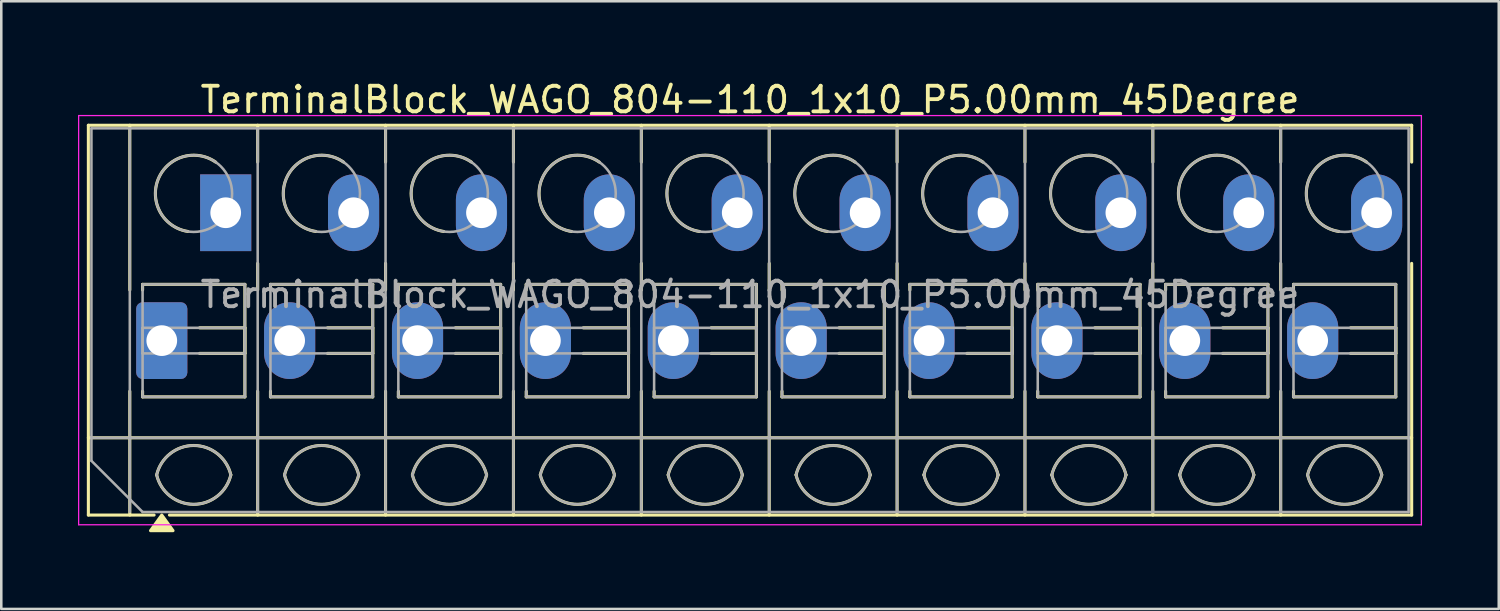
<source format=kicad_pcb>
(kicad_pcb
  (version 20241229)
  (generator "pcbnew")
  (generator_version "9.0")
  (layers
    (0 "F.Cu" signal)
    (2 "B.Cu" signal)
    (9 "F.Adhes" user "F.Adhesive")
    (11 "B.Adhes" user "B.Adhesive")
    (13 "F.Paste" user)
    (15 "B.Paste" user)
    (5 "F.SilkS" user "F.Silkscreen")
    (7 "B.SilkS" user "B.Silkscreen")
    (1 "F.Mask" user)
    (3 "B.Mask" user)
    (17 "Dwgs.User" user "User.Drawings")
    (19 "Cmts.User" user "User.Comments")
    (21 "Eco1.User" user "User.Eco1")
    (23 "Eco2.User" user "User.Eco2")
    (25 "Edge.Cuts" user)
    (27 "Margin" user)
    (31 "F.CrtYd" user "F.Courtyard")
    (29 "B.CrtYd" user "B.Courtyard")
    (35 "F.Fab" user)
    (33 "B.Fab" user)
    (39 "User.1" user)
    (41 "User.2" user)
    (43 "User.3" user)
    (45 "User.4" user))
  (footprint "TerminalBlock_WAGO_804-110_1x10_P5.00mm_45Degree"
    (layer "F.Cu")
    (at 3.275 10.268)
    (property "Reference" "TerminalBlock_WAGO_804-110_1x10_P5.00mm_45Degree" (at 23 -9.42 0) (layer "F.SilkS") (effects (font (size 1 1) (thickness 0.15))))
    (attr through_hole)
    (fp_line (start -2.87 -8.42) (end -2.87 6.82) (stroke (width 0.12) (type solid)) (layer "F.SilkS"))
    (fp_line (start -2.87 -8.42) (end 48.87 -8.42) (stroke (width 0.12) (type solid)) (layer "F.SilkS"))
    (fp_line (start -2.87 3.8) (end 48.87 3.8) (stroke (width 0.12) (type solid)) (layer "F.SilkS"))
    (fp_line (start -2.87 6.82) (end -0.3 6.82) (stroke (width 0.12) (type solid)) (layer "F.SilkS"))
    (fp_line (start -1.25 -8.42) (end -1.25 -1.98) (stroke (width 0.12) (type solid)) (layer "F.SilkS"))
    (fp_line (start -1.25 1.98) (end -1.25 6.82) (stroke (width 0.12) (type solid)) (layer "F.SilkS"))
    (fp_line (start -0.75 -2.2) (end -0.75 -1.98) (stroke (width 0.12) (type solid)) (layer "F.SilkS"))
    (fp_line (start -0.75 -2.2) (end 3.25 -2.2) (stroke (width 0.12) (type solid)) (layer "F.SilkS"))
    (fp_line (start -0.75 1.98) (end -0.75 2.2) (stroke (width 0.12) (type solid)) (layer "F.SilkS"))
    (fp_line (start -0.75 2.2) (end 3.25 2.2) (stroke (width 0.12) (type solid)) (layer "F.SilkS"))
    (fp_line (start 0.3 6.82) (end 48.87 6.82) (stroke (width 0.12) (type solid)) (layer "F.SilkS"))
    (fp_line (start 1.48 -0.5) (end 3.25 -0.5) (stroke (width 0.12) (type solid)) (layer "F.SilkS"))
    (fp_line (start 1.48 0.5) (end 3.25 0.5) (stroke (width 0.12) (type solid)) (layer "F.SilkS"))
    (fp_line (start 3.25 -2.2) (end 3.25 2.2) (stroke (width 0.12) (type solid)) (layer "F.SilkS"))
    (fp_line (start 3.25 -0.5) (end 3.25 0.5) (stroke (width 0.12) (type solid)) (layer "F.SilkS"))
    (fp_line (start 3.75 -8.42) (end 3.75 -6.98) (stroke (width 0.12) (type solid)) (layer "F.SilkS"))
    (fp_line (start 3.75 -3.02) (end 3.75 -1.98) (stroke (width 0.12) (type solid)) (layer "F.SilkS"))
    (fp_line (start 3.75 1.98) (end 3.75 6.82) (stroke (width 0.12) (type solid)) (layer "F.SilkS"))
    (fp_line (start 4.25 -2.2) (end 4.25 -1.98) (stroke (width 0.12) (type solid)) (layer "F.SilkS"))
    (fp_line (start 4.25 -2.2) (end 8.25 -2.2) (stroke (width 0.12) (type solid)) (layer "F.SilkS"))
    (fp_line (start 4.25 1.98) (end 4.25 2.2) (stroke (width 0.12) (type solid)) (layer "F.SilkS"))
    (fp_line (start 4.25 2.2) (end 8.25 2.2) (stroke (width 0.12) (type solid)) (layer "F.SilkS"))
    (fp_line (start 6.48 -0.5) (end 8.25 -0.5) (stroke (width 0.12) (type solid)) (layer "F.SilkS"))
    (fp_line (start 6.48 0.5) (end 8.25 0.5) (stroke (width 0.12) (type solid)) (layer "F.SilkS"))
    (fp_line (start 8.25 -2.2) (end 8.25 2.2) (stroke (width 0.12) (type solid)) (layer "F.SilkS"))
    (fp_line (start 8.25 -0.5) (end 8.25 0.5) (stroke (width 0.12) (type solid)) (layer "F.SilkS"))
    (fp_line (start 8.75 -8.42) (end 8.75 -6.98) (stroke (width 0.12) (type solid)) (layer "F.SilkS"))
    (fp_line (start 8.75 -3.02) (end 8.75 -1.98) (stroke (width 0.12) (type solid)) (layer "F.SilkS"))
    (fp_line (start 8.75 1.98) (end 8.75 6.82) (stroke (width 0.12) (type solid)) (layer "F.SilkS"))
    (fp_line (start 9.25 -2.2) (end 9.25 -1.98) (stroke (width 0.12) (type solid)) (layer "F.SilkS"))
    (fp_line (start 9.25 -2.2) (end 13.25 -2.2) (stroke (width 0.12) (type solid)) (layer "F.SilkS"))
    (fp_line (start 9.25 1.98) (end 9.25 2.2) (stroke (width 0.12) (type solid)) (layer "F.SilkS"))
    (fp_line (start 9.25 2.2) (end 13.25 2.2) (stroke (width 0.12) (type solid)) (layer "F.SilkS"))
    (fp_line (start 11.48 -0.5) (end 13.25 -0.5) (stroke (width 0.12) (type solid)) (layer "F.SilkS"))
    (fp_line (start 11.48 0.5) (end 13.25 0.5) (stroke (width 0.12) (type solid)) (layer "F.SilkS"))
    (fp_line (start 13.25 -2.2) (end 13.25 2.2) (stroke (width 0.12) (type solid)) (layer "F.SilkS"))
    (fp_line (start 13.25 -0.5) (end 13.25 0.5) (stroke (width 0.12) (type solid)) (layer "F.SilkS"))
    (fp_line (start 13.75 -8.42) (end 13.75 -6.98) (stroke (width 0.12) (type solid)) (layer "F.SilkS"))
    (fp_line (start 13.75 -3.02) (end 13.75 -1.98) (stroke (width 0.12) (type solid)) (layer "F.SilkS"))
    (fp_line (start 13.75 1.98) (end 13.75 6.82) (stroke (width 0.12) (type solid)) (layer "F.SilkS"))
    (fp_line (start 14.25 -2.2) (end 14.25 -1.98) (stroke (width 0.12) (type solid)) (layer "F.SilkS"))
    (fp_line (start 14.25 -2.2) (end 18.25 -2.2) (stroke (width 0.12) (type solid)) (layer "F.SilkS"))
    (fp_line (start 14.25 1.98) (end 14.25 2.2) (stroke (width 0.12) (type solid)) (layer "F.SilkS"))
    (fp_line (start 14.25 2.2) (end 18.25 2.2) (stroke (width 0.12) (type solid)) (layer "F.SilkS"))
    (fp_line (start 16.48 -0.5) (end 18.25 -0.5) (stroke (width 0.12) (type solid)) (layer "F.SilkS"))
    (fp_line (start 16.48 0.5) (end 18.25 0.5) (stroke (width 0.12) (type solid)) (layer "F.SilkS"))
    (fp_line (start 18.25 -2.2) (end 18.25 2.2) (stroke (width 0.12) (type solid)) (layer "F.SilkS"))
    (fp_line (start 18.25 -0.5) (end 18.25 0.5) (stroke (width 0.12) (type solid)) (layer "F.SilkS"))
    (fp_line (start 18.75 -8.42) (end 18.75 -6.98) (stroke (width 0.12) (type solid)) (layer "F.SilkS"))
    (fp_line (start 18.75 -3.02) (end 18.75 -1.98) (stroke (width 0.12) (type solid)) (layer "F.SilkS"))
    (fp_line (start 18.75 1.98) (end 18.75 6.82) (stroke (width 0.12) (type solid)) (layer "F.SilkS"))
    (fp_line (start 19.25 -2.2) (end 19.25 -1.98) (stroke (width 0.12) (type solid)) (layer "F.SilkS"))
    (fp_line (start 19.25 -2.2) (end 23.25 -2.2) (stroke (width 0.12) (type solid)) (layer "F.SilkS"))
    (fp_line (start 19.25 1.98) (end 19.25 2.2) (stroke (width 0.12) (type solid)) (layer "F.SilkS"))
    (fp_line (start 19.25 2.2) (end 23.25 2.2) (stroke (width 0.12) (type solid)) (layer "F.SilkS"))
    (fp_line (start 21.48 -0.5) (end 23.25 -0.5) (stroke (width 0.12) (type solid)) (layer "F.SilkS"))
    (fp_line (start 21.48 0.5) (end 23.25 0.5) (stroke (width 0.12) (type solid)) (layer "F.SilkS"))
    (fp_line (start 23.25 -2.2) (end 23.25 2.2) (stroke (width 0.12) (type solid)) (layer "F.SilkS"))
    (fp_line (start 23.25 -0.5) (end 23.25 0.5) (stroke (width 0.12) (type solid)) (layer "F.SilkS"))
    (fp_line (start 23.75 -8.42) (end 23.75 -6.98) (stroke (width 0.12) (type solid)) (layer "F.SilkS"))
    (fp_line (start 23.75 -3.02) (end 23.75 -1.98) (stroke (width 0.12) (type solid)) (layer "F.SilkS"))
    (fp_line (start 23.75 1.98) (end 23.75 6.82) (stroke (width 0.12) (type solid)) (layer "F.SilkS"))
    (fp_line (start 24.25 -2.2) (end 24.25 -1.98) (stroke (width 0.12) (type solid)) (layer "F.SilkS"))
    (fp_line (start 24.25 -2.2) (end 28.25 -2.2) (stroke (width 0.12) (type solid)) (layer "F.SilkS"))
    (fp_line (start 24.25 1.98) (end 24.25 2.2) (stroke (width 0.12) (type solid)) (layer "F.SilkS"))
    (fp_line (start 24.25 2.2) (end 28.25 2.2) (stroke (width 0.12) (type solid)) (layer "F.SilkS"))
    (fp_line (start 26.48 -0.5) (end 28.25 -0.5) (stroke (width 0.12) (type solid)) (layer "F.SilkS"))
    (fp_line (start 26.48 0.5) (end 28.25 0.5) (stroke (width 0.12) (type solid)) (layer "F.SilkS"))
    (fp_line (start 28.25 -2.2) (end 28.25 2.2) (stroke (width 0.12) (type solid)) (layer "F.SilkS"))
    (fp_line (start 28.25 -0.5) (end 28.25 0.5) (stroke (width 0.12) (type solid)) (layer "F.SilkS"))
    (fp_line (start 28.75 -8.42) (end 28.75 -6.98) (stroke (width 0.12) (type solid)) (layer "F.SilkS"))
    (fp_line (start 28.75 -3.02) (end 28.75 -1.98) (stroke (width 0.12) (type solid)) (layer "F.SilkS"))
    (fp_line (start 28.75 1.98) (end 28.75 6.82) (stroke (width 0.12) (type solid)) (layer "F.SilkS"))
    (fp_line (start 29.25 -2.2) (end 29.25 -1.98) (stroke (width 0.12) (type solid)) (layer "F.SilkS"))
    (fp_line (start 29.25 -2.2) (end 33.25 -2.2) (stroke (width 0.12) (type solid)) (layer "F.SilkS"))
    (fp_line (start 29.25 1.98) (end 29.25 2.2) (stroke (width 0.12) (type solid)) (layer "F.SilkS"))
    (fp_line (start 29.25 2.2) (end 33.25 2.2) (stroke (width 0.12) (type solid)) (layer "F.SilkS"))
    (fp_line (start 31.48 -0.5) (end 33.25 -0.5) (stroke (width 0.12) (type solid)) (layer "F.SilkS"))
    (fp_line (start 31.48 0.5) (end 33.25 0.5) (stroke (width 0.12) (type solid)) (layer "F.SilkS"))
    (fp_line (start 33.25 -2.2) (end 33.25 2.2) (stroke (width 0.12) (type solid)) (layer "F.SilkS"))
    (fp_line (start 33.25 -0.5) (end 33.25 0.5) (stroke (width 0.12) (type solid)) (layer "F.SilkS"))
    (fp_line (start 33.75 -8.42) (end 33.75 -6.98) (stroke (width 0.12) (type solid)) (layer "F.SilkS"))
    (fp_line (start 33.75 -3.02) (end 33.75 -1.98) (stroke (width 0.12) (type solid)) (layer "F.SilkS"))
    (fp_line (start 33.75 1.98) (end 33.75 6.82) (stroke (width 0.12) (type solid)) (layer "F.SilkS"))
    (fp_line (start 34.25 -2.2) (end 34.25 -1.98) (stroke (width 0.12) (type solid)) (layer "F.SilkS"))
    (fp_line (start 34.25 -2.2) (end 38.25 -2.2) (stroke (width 0.12) (type solid)) (layer "F.SilkS"))
    (fp_line (start 34.25 1.98) (end 34.25 2.2) (stroke (width 0.12) (type solid)) (layer "F.SilkS"))
    (fp_line (start 34.25 2.2) (end 38.25 2.2) (stroke (width 0.12) (type solid)) (layer "F.SilkS"))
    (fp_line (start 36.48 -0.5) (end 38.25 -0.5) (stroke (width 0.12) (type solid)) (layer "F.SilkS"))
    (fp_line (start 36.48 0.5) (end 38.25 0.5) (stroke (width 0.12) (type solid)) (layer "F.SilkS"))
    (fp_line (start 38.25 -2.2) (end 38.25 2.2) (stroke (width 0.12) (type solid)) (layer "F.SilkS"))
    (fp_line (start 38.25 -0.5) (end 38.25 0.5) (stroke (width 0.12) (type solid)) (layer "F.SilkS"))
    (fp_line (start 38.75 -8.42) (end 38.75 -6.98) (stroke (width 0.12) (type solid)) (layer "F.SilkS"))
    (fp_line (start 38.75 -3.02) (end 38.75 -1.98) (stroke (width 0.12) (type solid)) (layer "F.SilkS"))
    (fp_line (start 38.75 1.98) (end 38.75 6.82) (stroke (width 0.12) (type solid)) (layer "F.SilkS"))
    (fp_line (start 39.25 -2.2) (end 39.25 -1.98) (stroke (width 0.12) (type solid)) (layer "F.SilkS"))
    (fp_line (start 39.25 -2.2) (end 43.25 -2.2) (stroke (width 0.12) (type solid)) (layer "F.SilkS"))
    (fp_line (start 39.25 1.98) (end 39.25 2.2) (stroke (width 0.12) (type solid)) (layer "F.SilkS"))
    (fp_line (start 39.25 2.2) (end 43.25 2.2) (stroke (width 0.12) (type solid)) (layer "F.SilkS"))
    (fp_line (start 41.48 -0.5) (end 43.25 -0.5) (stroke (width 0.12) (type solid)) (layer "F.SilkS"))
    (fp_line (start 41.48 0.5) (end 43.25 0.5) (stroke (width 0.12) (type solid)) (layer "F.SilkS"))
    (fp_line (start 43.25 -2.2) (end 43.25 2.2) (stroke (width 0.12) (type solid)) (layer "F.SilkS"))
    (fp_line (start 43.25 -0.5) (end 43.25 0.5) (stroke (width 0.12) (type solid)) (layer "F.SilkS"))
    (fp_line (start 43.75 -8.42) (end 43.75 -6.98) (stroke (width 0.12) (type solid)) (layer "F.SilkS"))
    (fp_line (start 43.75 -3.02) (end 43.75 -1.98) (stroke (width 0.12) (type solid)) (layer "F.SilkS"))
    (fp_line (start 43.75 1.98) (end 43.75 6.82) (stroke (width 0.12) (type solid)) (layer "F.SilkS"))
    (fp_line (start 44.25 -2.2) (end 44.25 -1.98) (stroke (width 0.12) (type solid)) (layer "F.SilkS"))
    (fp_line (start 44.25 -2.2) (end 48.25 -2.2) (stroke (width 0.12) (type solid)) (layer "F.SilkS"))
    (fp_line (start 44.25 1.98) (end 44.25 2.2) (stroke (width 0.12) (type solid)) (layer "F.SilkS"))
    (fp_line (start 44.25 2.2) (end 48.25 2.2) (stroke (width 0.12) (type solid)) (layer "F.SilkS"))
    (fp_line (start 46.48 -0.5) (end 48.25 -0.5) (stroke (width 0.12) (type solid)) (layer "F.SilkS"))
    (fp_line (start 46.48 0.5) (end 48.25 0.5) (stroke (width 0.12) (type solid)) (layer "F.SilkS"))
    (fp_line (start 48.25 -2.2) (end 48.25 2.2) (stroke (width 0.12) (type solid)) (layer "F.SilkS"))
    (fp_line (start 48.25 -0.5) (end 48.25 0.5) (stroke (width 0.12) (type solid)) (layer "F.SilkS"))
    (fp_line (start 48.87 -8.42) (end 48.87 -6.98) (stroke (width 0.12) (type solid)) (layer "F.SilkS"))
    (fp_line (start 48.87 -3.02) (end 48.87 6.82) (stroke (width 0.12) (type solid)) (layer "F.SilkS"))
    (fp_arc (start -0.199942 5.249753) (mid 1.250127 4.099899) (end 2.7 5.25) (stroke (width 0.12) (type solid)) (layer "F.SilkS"))
    (fp_arc (start 1.02 -4.268) (mid -0.141815 -6.308637) (end 2.10843 -6.979765) (stroke (width 0.12) (type solid)) (layer "F.SilkS"))
    (fp_arc (start 2.7 5.25) (mid 1.250127 6.400101) (end -0.199942 5.250247) (stroke (width 0.12) (type solid)) (layer "F.SilkS"))
    (fp_arc (start 4.800058 5.249753) (mid 6.250127 4.099899) (end 7.7 5.25) (stroke (width 0.12) (type solid)) (layer "F.SilkS"))
    (fp_arc (start 6.02 -4.268) (mid 4.858185 -6.308637) (end 7.10843 -6.979765) (stroke (width 0.12) (type solid)) (layer "F.SilkS"))
    (fp_arc (start 7.7 5.25) (mid 6.250127 6.400101) (end 4.800058 5.250247) (stroke (width 0.12) (type solid)) (layer "F.SilkS"))
    (fp_arc (start 9.800058 5.249753) (mid 11.250127 4.099899) (end 12.7 5.25) (stroke (width 0.12) (type solid)) (layer "F.SilkS"))
    (fp_arc (start 11.02 -4.268) (mid 9.858185 -6.308637) (end 12.10843 -6.979765) (stroke (width 0.12) (type solid)) (layer "F.SilkS"))
    (fp_arc (start 12.7 5.25) (mid 11.250127 6.400101) (end 9.800058 5.250247) (stroke (width 0.12) (type solid)) (layer "F.SilkS"))
    (fp_arc (start 14.800058 5.249753) (mid 16.250127 4.099899) (end 17.7 5.25) (stroke (width 0.12) (type solid)) (layer "F.SilkS"))
    (fp_arc (start 16.02 -4.268) (mid 14.858185 -6.308637) (end 17.10843 -6.979765) (stroke (width 0.12) (type solid)) (layer "F.SilkS"))
    (fp_arc (start 17.7 5.25) (mid 16.250127 6.400101) (end 14.800058 5.250247) (stroke (width 0.12) (type solid)) (layer "F.SilkS"))
    (fp_arc (start 19.800058 5.249753) (mid 21.250127 4.099899) (end 22.7 5.25) (stroke (width 0.12) (type solid)) (layer "F.SilkS"))
    (fp_arc (start 21.02 -4.268) (mid 19.858185 -6.308637) (end 22.10843 -6.979765) (stroke (width 0.12) (type solid)) (layer "F.SilkS"))
    (fp_arc (start 22.7 5.25) (mid 21.250127 6.400101) (end 19.800058 5.250247) (stroke (width 0.12) (type solid)) (layer "F.SilkS"))
    (fp_arc (start 24.800058 5.249753) (mid 26.250127 4.099899) (end 27.7 5.25) (stroke (width 0.12) (type solid)) (layer "F.SilkS"))
    (fp_arc (start 26.02 -4.268) (mid 24.858185 -6.308637) (end 27.10843 -6.979765) (stroke (width 0.12) (type solid)) (layer "F.SilkS"))
    (fp_arc (start 27.7 5.25) (mid 26.250127 6.400101) (end 24.800058 5.250247) (stroke (width 0.12) (type solid)) (layer "F.SilkS"))
    (fp_arc (start 29.800058 5.249753) (mid 31.250127 4.099899) (end 32.7 5.25) (stroke (width 0.12) (type solid)) (layer "F.SilkS"))
    (fp_arc (start 31.02 -4.268) (mid 29.858185 -6.308637) (end 32.10843 -6.979765) (stroke (width 0.12) (type solid)) (layer "F.SilkS"))
    (fp_arc (start 32.7 5.25) (mid 31.250127 6.400101) (end 29.800058 5.250247) (stroke (width 0.12) (type solid)) (layer "F.SilkS"))
    (fp_arc (start 34.800058 5.249753) (mid 36.250127 4.099899) (end 37.7 5.25) (stroke (width 0.12) (type solid)) (layer "F.SilkS"))
    (fp_arc (start 36.02 -4.268) (mid 34.858185 -6.308637) (end 37.10843 -6.979765) (stroke (width 0.12) (type solid)) (layer "F.SilkS"))
    (fp_arc (start 37.7 5.25) (mid 36.250127 6.400101) (end 34.800058 5.250247) (stroke (width 0.12) (type solid)) (layer "F.SilkS"))
    (fp_arc (start 39.800058 5.249753) (mid 41.250127 4.099899) (end 42.7 5.25) (stroke (width 0.12) (type solid)) (layer "F.SilkS"))
    (fp_arc (start 41.02 -4.268) (mid 39.858185 -6.308637) (end 42.10843 -6.979765) (stroke (width 0.12) (type solid)) (layer "F.SilkS"))
    (fp_arc (start 42.7 5.25) (mid 41.250127 6.400101) (end 39.800058 5.250247) (stroke (width 0.12) (type solid)) (layer "F.SilkS"))
    (fp_arc (start 44.800058 5.249753) (mid 46.250127 4.099899) (end 47.7 5.25) (stroke (width 0.12) (type solid)) (layer "F.SilkS"))
    (fp_arc (start 46.02 -4.268) (mid 44.858185 -6.308637) (end 47.10843 -6.979765) (stroke (width 0.12) (type solid)) (layer "F.SilkS"))
    (fp_arc (start 47.7 5.25) (mid 46.250127 6.400101) (end 44.800058 5.250247) (stroke (width 0.12) (type solid)) (layer "F.SilkS"))
    (fp_poly (pts (xy 0 6.82) (xy 0.44 7.43) (xy -0.44 7.43)) (stroke (width 0.12) (type solid)) (fill yes) (layer "F.SilkS"))
    (fp_line (start -3.25 -8.8) (end -3.25 7.2) (stroke (width 0.05) (type solid)) (layer "F.CrtYd"))
    (fp_line (start -3.25 7.2) (end 49.25 7.2) (stroke (width 0.05) (type solid)) (layer "F.CrtYd"))
    (fp_line (start 49.25 -8.8) (end -3.25 -8.8) (stroke (width 0.05) (type solid)) (layer "F.CrtYd"))
    (fp_line (start 49.25 7.2) (end 49.25 -8.8) (stroke (width 0.05) (type solid)) (layer "F.CrtYd"))
    (fp_line (start -2.75 -8.3) (end 48.75 -8.3) (stroke (width 0.1) (type solid)) (layer "F.Fab"))
    (fp_line (start -2.75 3.8) (end 48.75 3.8) (stroke (width 0.1) (type solid)) (layer "F.Fab"))
    (fp_line (start -2.75 4.7) (end -2.75 -8.3) (stroke (width 0.1) (type solid)) (layer "F.Fab"))
    (fp_line (start -1.25 -8.3) (end -1.25 6.7) (stroke (width 0.1) (type solid)) (layer "F.Fab"))
    (fp_line (start -0.75 -2.2) (end -0.75 2.2) (stroke (width 0.1) (type solid)) (layer "F.Fab"))
    (fp_line (start -0.75 -0.5) (end -0.75 0.5) (stroke (width 0.1) (type solid)) (layer "F.Fab"))
    (fp_line (start -0.75 0.5) (end 3.25 0.5) (stroke (width 0.1) (type solid)) (layer "F.Fab"))
    (fp_line (start -0.75 2.2) (end 3.25 2.2) (stroke (width 0.1) (type solid)) (layer "F.Fab"))
    (fp_line (start -0.75 6.7) (end -2.75 4.7) (stroke (width 0.1) (type solid)) (layer "F.Fab"))
    (fp_line (start 3.25 -2.2) (end -0.75 -2.2) (stroke (width 0.1) (type solid)) (layer "F.Fab"))
    (fp_line (start 3.25 -0.5) (end -0.75 -0.5) (stroke (width 0.1) (type solid)) (layer "F.Fab"))
    (fp_line (start 3.25 0.5) (end 3.25 -0.5) (stroke (width 0.1) (type solid)) (layer "F.Fab"))
    (fp_line (start 3.25 2.2) (end 3.25 -2.2) (stroke (width 0.1) (type solid)) (layer "F.Fab"))
    (fp_line (start 3.75 -8.3) (end 3.75 6.7) (stroke (width 0.1) (type solid)) (layer "F.Fab"))
    (fp_line (start 4.25 -2.2) (end 4.25 2.2) (stroke (width 0.1) (type solid)) (layer "F.Fab"))
    (fp_line (start 4.25 -0.5) (end 4.25 0.5) (stroke (width 0.1) (type solid)) (layer "F.Fab"))
    (fp_line (start 4.25 0.5) (end 8.25 0.5) (stroke (width 0.1) (type solid)) (layer "F.Fab"))
    (fp_line (start 4.25 2.2) (end 8.25 2.2) (stroke (width 0.1) (type solid)) (layer "F.Fab"))
    (fp_line (start 8.25 -2.2) (end 4.25 -2.2) (stroke (width 0.1) (type solid)) (layer "F.Fab"))
    (fp_line (start 8.25 -0.5) (end 4.25 -0.5) (stroke (width 0.1) (type solid)) (layer "F.Fab"))
    (fp_line (start 8.25 0.5) (end 8.25 -0.5) (stroke (width 0.1) (type solid)) (layer "F.Fab"))
    (fp_line (start 8.25 2.2) (end 8.25 -2.2) (stroke (width 0.1) (type solid)) (layer "F.Fab"))
    (fp_line (start 8.75 -8.3) (end 8.75 6.7) (stroke (width 0.1) (type solid)) (layer "F.Fab"))
    (fp_line (start 9.25 -2.2) (end 9.25 2.2) (stroke (width 0.1) (type solid)) (layer "F.Fab"))
    (fp_line (start 9.25 -0.5) (end 9.25 0.5) (stroke (width 0.1) (type solid)) (layer "F.Fab"))
    (fp_line (start 9.25 0.5) (end 13.25 0.5) (stroke (width 0.1) (type solid)) (layer "F.Fab"))
    (fp_line (start 9.25 2.2) (end 13.25 2.2) (stroke (width 0.1) (type solid)) (layer "F.Fab"))
    (fp_line (start 13.25 -2.2) (end 9.25 -2.2) (stroke (width 0.1) (type solid)) (layer "F.Fab"))
    (fp_line (start 13.25 -0.5) (end 9.25 -0.5) (stroke (width 0.1) (type solid)) (layer "F.Fab"))
    (fp_line (start 13.25 0.5) (end 13.25 -0.5) (stroke (width 0.1) (type solid)) (layer "F.Fab"))
    (fp_line (start 13.25 2.2) (end 13.25 -2.2) (stroke (width 0.1) (type solid)) (layer "F.Fab"))
    (fp_line (start 13.75 -8.3) (end 13.75 6.7) (stroke (width 0.1) (type solid)) (layer "F.Fab"))
    (fp_line (start 14.25 -2.2) (end 14.25 2.2) (stroke (width 0.1) (type solid)) (layer "F.Fab"))
    (fp_line (start 14.25 -0.5) (end 14.25 0.5) (stroke (width 0.1) (type solid)) (layer "F.Fab"))
    (fp_line (start 14.25 0.5) (end 18.25 0.5) (stroke (width 0.1) (type solid)) (layer "F.Fab"))
    (fp_line (start 14.25 2.2) (end 18.25 2.2) (stroke (width 0.1) (type solid)) (layer "F.Fab"))
    (fp_line (start 18.25 -2.2) (end 14.25 -2.2) (stroke (width 0.1) (type solid)) (layer "F.Fab"))
    (fp_line (start 18.25 -0.5) (end 14.25 -0.5) (stroke (width 0.1) (type solid)) (layer "F.Fab"))
    (fp_line (start 18.25 0.5) (end 18.25 -0.5) (stroke (width 0.1) (type solid)) (layer "F.Fab"))
    (fp_line (start 18.25 2.2) (end 18.25 -2.2) (stroke (width 0.1) (type solid)) (layer "F.Fab"))
    (fp_line (start 18.75 -8.3) (end 18.75 6.7) (stroke (width 0.1) (type solid)) (layer "F.Fab"))
    (fp_line (start 19.25 -2.2) (end 19.25 2.2) (stroke (width 0.1) (type solid)) (layer "F.Fab"))
    (fp_line (start 19.25 -0.5) (end 19.25 0.5) (stroke (width 0.1) (type solid)) (layer "F.Fab"))
    (fp_line (start 19.25 0.5) (end 23.25 0.5) (stroke (width 0.1) (type solid)) (layer "F.Fab"))
    (fp_line (start 19.25 2.2) (end 23.25 2.2) (stroke (width 0.1) (type solid)) (layer "F.Fab"))
    (fp_line (start 23.25 -2.2) (end 19.25 -2.2) (stroke (width 0.1) (type solid)) (layer "F.Fab"))
    (fp_line (start 23.25 -0.5) (end 19.25 -0.5) (stroke (width 0.1) (type solid)) (layer "F.Fab"))
    (fp_line (start 23.25 0.5) (end 23.25 -0.5) (stroke (width 0.1) (type solid)) (layer "F.Fab"))
    (fp_line (start 23.25 2.2) (end 23.25 -2.2) (stroke (width 0.1) (type solid)) (layer "F.Fab"))
    (fp_line (start 23.75 -8.3) (end 23.75 6.7) (stroke (width 0.1) (type solid)) (layer "F.Fab"))
    (fp_line (start 24.25 -2.2) (end 24.25 2.2) (stroke (width 0.1) (type solid)) (layer "F.Fab"))
    (fp_line (start 24.25 -0.5) (end 24.25 0.5) (stroke (width 0.1) (type solid)) (layer "F.Fab"))
    (fp_line (start 24.25 0.5) (end 28.25 0.5) (stroke (width 0.1) (type solid)) (layer "F.Fab"))
    (fp_line (start 24.25 2.2) (end 28.25 2.2) (stroke (width 0.1) (type solid)) (layer "F.Fab"))
    (fp_line (start 28.25 -2.2) (end 24.25 -2.2) (stroke (width 0.1) (type solid)) (layer "F.Fab"))
    (fp_line (start 28.25 -0.5) (end 24.25 -0.5) (stroke (width 0.1) (type solid)) (layer "F.Fab"))
    (fp_line (start 28.25 0.5) (end 28.25 -0.5) (stroke (width 0.1) (type solid)) (layer "F.Fab"))
    (fp_line (start 28.25 2.2) (end 28.25 -2.2) (stroke (width 0.1) (type solid)) (layer "F.Fab"))
    (fp_line (start 28.75 -8.3) (end 28.75 6.7) (stroke (width 0.1) (type solid)) (layer "F.Fab"))
    (fp_line (start 29.25 -2.2) (end 29.25 2.2) (stroke (width 0.1) (type solid)) (layer "F.Fab"))
    (fp_line (start 29.25 -0.5) (end 29.25 0.5) (stroke (width 0.1) (type solid)) (layer "F.Fab"))
    (fp_line (start 29.25 0.5) (end 33.25 0.5) (stroke (width 0.1) (type solid)) (layer "F.Fab"))
    (fp_line (start 29.25 2.2) (end 33.25 2.2) (stroke (width 0.1) (type solid)) (layer "F.Fab"))
    (fp_line (start 33.25 -2.2) (end 29.25 -2.2) (stroke (width 0.1) (type solid)) (layer "F.Fab"))
    (fp_line (start 33.25 -0.5) (end 29.25 -0.5) (stroke (width 0.1) (type solid)) (layer "F.Fab"))
    (fp_line (start 33.25 0.5) (end 33.25 -0.5) (stroke (width 0.1) (type solid)) (layer "F.Fab"))
    (fp_line (start 33.25 2.2) (end 33.25 -2.2) (stroke (width 0.1) (type solid)) (layer "F.Fab"))
    (fp_line (start 33.75 -8.3) (end 33.75 6.7) (stroke (width 0.1) (type solid)) (layer "F.Fab"))
    (fp_line (start 34.25 -2.2) (end 34.25 2.2) (stroke (width 0.1) (type solid)) (layer "F.Fab"))
    (fp_line (start 34.25 -0.5) (end 34.25 0.5) (stroke (width 0.1) (type solid)) (layer "F.Fab"))
    (fp_line (start 34.25 0.5) (end 38.25 0.5) (stroke (width 0.1) (type solid)) (layer "F.Fab"))
    (fp_line (start 34.25 2.2) (end 38.25 2.2) (stroke (width 0.1) (type solid)) (layer "F.Fab"))
    (fp_line (start 38.25 -2.2) (end 34.25 -2.2) (stroke (width 0.1) (type solid)) (layer "F.Fab"))
    (fp_line (start 38.25 -0.5) (end 34.25 -0.5) (stroke (width 0.1) (type solid)) (layer "F.Fab"))
    (fp_line (start 38.25 0.5) (end 38.25 -0.5) (stroke (width 0.1) (type solid)) (layer "F.Fab"))
    (fp_line (start 38.25 2.2) (end 38.25 -2.2) (stroke (width 0.1) (type solid)) (layer "F.Fab"))
    (fp_line (start 38.75 -8.3) (end 38.75 6.7) (stroke (width 0.1) (type solid)) (layer "F.Fab"))
    (fp_line (start 39.25 -2.2) (end 39.25 2.2) (stroke (width 0.1) (type solid)) (layer "F.Fab"))
    (fp_line (start 39.25 -0.5) (end 39.25 0.5) (stroke (width 0.1) (type solid)) (layer "F.Fab"))
    (fp_line (start 39.25 0.5) (end 43.25 0.5) (stroke (width 0.1) (type solid)) (layer "F.Fab"))
    (fp_line (start 39.25 2.2) (end 43.25 2.2) (stroke (width 0.1) (type solid)) (layer "F.Fab"))
    (fp_line (start 43.25 -2.2) (end 39.25 -2.2) (stroke (width 0.1) (type solid)) (layer "F.Fab"))
    (fp_line (start 43.25 -0.5) (end 39.25 -0.5) (stroke (width 0.1) (type solid)) (layer "F.Fab"))
    (fp_line (start 43.25 0.5) (end 43.25 -0.5) (stroke (width 0.1) (type solid)) (layer "F.Fab"))
    (fp_line (start 43.25 2.2) (end 43.25 -2.2) (stroke (width 0.1) (type solid)) (layer "F.Fab"))
    (fp_line (start 43.75 -8.3) (end 43.75 6.7) (stroke (width 0.1) (type solid)) (layer "F.Fab"))
    (fp_line (start 44.25 -2.2) (end 44.25 2.2) (stroke (width 0.1) (type solid)) (layer "F.Fab"))
    (fp_line (start 44.25 -0.5) (end 44.25 0.5) (stroke (width 0.1) (type solid)) (layer "F.Fab"))
    (fp_line (start 44.25 0.5) (end 48.25 0.5) (stroke (width 0.1) (type solid)) (layer "F.Fab"))
    (fp_line (start 44.25 2.2) (end 48.25 2.2) (stroke (width 0.1) (type solid)) (layer "F.Fab"))
    (fp_line (start 48.25 -2.2) (end 44.25 -2.2) (stroke (width 0.1) (type solid)) (layer "F.Fab"))
    (fp_line (start 48.25 -0.5) (end 44.25 -0.5) (stroke (width 0.1) (type solid)) (layer "F.Fab"))
    (fp_line (start 48.25 0.5) (end 48.25 -0.5) (stroke (width 0.1) (type solid)) (layer "F.Fab"))
    (fp_line (start 48.25 2.2) (end 48.25 -2.2) (stroke (width 0.1) (type solid)) (layer "F.Fab"))
    (fp_line (start 48.75 -8.3) (end 48.75 6.7) (stroke (width 0.1) (type solid)) (layer "F.Fab"))
    (fp_line (start 48.75 6.7) (end -0.75 6.7) (stroke (width 0.1) (type solid)) (layer "F.Fab"))
    (fp_arc (start -0.200386 5.251649) (mid 1.249153 4.100672) (end 2.7 5.25) (stroke (width 0.1) (type solid)) (layer "F.Fab"))
    (fp_arc (start 2.7 5.25) (mid 1.250127 6.400101) (end -0.199942 5.250247) (stroke (width 0.1) (type solid)) (layer "F.Fab"))
    (fp_arc (start 4.799614 5.251649) (mid 6.249153 4.100672) (end 7.7 5.25) (stroke (width 0.1) (type solid)) (layer "F.Fab"))
    (fp_arc (start 7.7 5.25) (mid 6.250127 6.400101) (end 4.800058 5.250247) (stroke (width 0.1) (type solid)) (layer "F.Fab"))
    (fp_arc (start 9.799614 5.251649) (mid 11.249153 4.100672) (end 12.7 5.25) (stroke (width 0.1) (type solid)) (layer "F.Fab"))
    (fp_arc (start 12.7 5.25) (mid 11.250127 6.400101) (end 9.800058 5.250247) (stroke (width 0.1) (type solid)) (layer "F.Fab"))
    (fp_arc (start 14.799614 5.251649) (mid 16.249153 4.100672) (end 17.7 5.25) (stroke (width 0.1) (type solid)) (layer "F.Fab"))
    (fp_arc (start 17.7 5.25) (mid 16.250127 6.400101) (end 14.800058 5.250247) (stroke (width 0.1) (type solid)) (layer "F.Fab"))
    (fp_arc (start 19.799614 5.251649) (mid 21.249153 4.100672) (end 22.7 5.25) (stroke (width 0.1) (type solid)) (layer "F.Fab"))
    (fp_arc (start 22.7 5.25) (mid 21.250127 6.400101) (end 19.800058 5.250247) (stroke (width 0.1) (type solid)) (layer "F.Fab"))
    (fp_arc (start 24.799614 5.251649) (mid 26.249153 4.100672) (end 27.7 5.25) (stroke (width 0.1) (type solid)) (layer "F.Fab"))
    (fp_arc (start 27.7 5.25) (mid 26.250127 6.400101) (end 24.800058 5.250247) (stroke (width 0.1) (type solid)) (layer "F.Fab"))
    (fp_arc (start 29.798718 5.251205) (mid 31.249381 4.099698) (end 32.701 5.25) (stroke (width 0.1) (type solid)) (layer "F.Fab"))
    (fp_arc (start 32.701 5.25) (mid 31.250355 6.401074) (end 29.799162 5.250691) (stroke (width 0.1) (type solid)) (layer "F.Fab"))
    (fp_arc (start 34.799614 5.251649) (mid 36.249153 4.100672) (end 37.7 5.25) (stroke (width 0.1) (type solid)) (layer "F.Fab"))
    (fp_arc (start 37.7 5.25) (mid 36.250127 6.400101) (end 34.800058 5.250247) (stroke (width 0.1) (type solid)) (layer "F.Fab"))
    (fp_arc (start 39.799614 5.251649) (mid 41.249153 4.100672) (end 42.7 5.25) (stroke (width 0.1) (type solid)) (layer "F.Fab"))
    (fp_arc (start 42.7 5.25) (mid 41.250127 6.400101) (end 39.800058 5.250247) (stroke (width 0.1) (type solid)) (layer "F.Fab"))
    (fp_arc (start 44.799614 5.251649) (mid 46.249153 4.100672) (end 47.7 5.25) (stroke (width 0.1) (type solid)) (layer "F.Fab"))
    (fp_arc (start 47.7 5.25) (mid 46.250127 6.400101) (end 44.800058 5.250247) (stroke (width 0.1) (type solid)) (layer "F.Fab"))
    (fp_circle (center 1.25 -5.75) (end 2.75 -5.75) (stroke (width 0.1) (type solid)) (fill no) (layer "F.Fab"))
    (fp_circle (center 6.25 -5.75) (end 7.75 -5.75) (stroke (width 0.1) (type solid)) (fill no) (layer "F.Fab"))
    (fp_circle (center 11.25 -5.75) (end 12.75 -5.75) (stroke (width 0.1) (type solid)) (fill no) (layer "F.Fab"))
    (fp_circle (center 16.25 -5.75) (end 17.75 -5.75) (stroke (width 0.1) (type solid)) (fill no) (layer "F.Fab"))
    (fp_circle (center 21.25 -5.75) (end 22.75 -5.75) (stroke (width 0.1) (type solid)) (fill no) (layer "F.Fab"))
    (fp_circle (center 26.25 -5.75) (end 27.75 -5.75) (stroke (width 0.1) (type solid)) (fill no) (layer "F.Fab"))
    (fp_circle (center 31.25 -5.75) (end 32.75 -5.75) (stroke (width 0.1) (type solid)) (fill no) (layer "F.Fab"))
    (fp_circle (center 36.25 -5.75) (end 37.75 -5.75) (stroke (width 0.1) (type solid)) (fill no) (layer "F.Fab"))
    (fp_circle (center 41.25 -5.75) (end 42.75 -5.75) (stroke (width 0.1) (type solid)) (fill no) (layer "F.Fab"))
    (fp_circle (center 46.25 -5.75) (end 47.75 -5.75) (stroke (width 0.1) (type solid)) (fill no) (layer "F.Fab"))
    (fp_text user "${REFERENCE}" (at 23 -1.8 0) (layer "F.Fab") (effects (font (size 1 1) (thickness 0.15))))
    (pad "1" thru_hole roundrect (at 0 0) (size 2 3) (drill 1.2) (layers "*.Cu" "*.Mask") (roundrect_rratio 0.125))
    (pad "1" thru_hole rect (at 2.5 -5) (size 2 3) (drill 1.2) (layers "*.Cu" "*.Mask"))
    (pad "2" thru_hole oval (at 5 0) (size 2 3) (drill 1.2) (layers "*.Cu" "*.Mask"))
    (pad "2" thru_hole oval (at 7.5 -5) (size 2 3) (drill 1.2) (layers "*.Cu" "*.Mask"))
    (pad "3" thru_hole oval (at 10 0) (size 2 3) (drill 1.2) (layers "*.Cu" "*.Mask"))
    (pad "3" thru_hole oval (at 12.5 -5) (size 2 3) (drill 1.2) (layers "*.Cu" "*.Mask"))
    (pad "4" thru_hole oval (at 15 0) (size 2 3) (drill 1.2) (layers "*.Cu" "*.Mask"))
    (pad "4" thru_hole oval (at 17.5 -5) (size 2 3) (drill 1.2) (layers "*.Cu" "*.Mask"))
    (pad "5" thru_hole oval (at 20 0) (size 2 3) (drill 1.2) (layers "*.Cu" "*.Mask"))
    (pad "5" thru_hole oval (at 22.5 -5) (size 2 3) (drill 1.2) (layers "*.Cu" "*.Mask"))
    (pad "6" thru_hole oval (at 25 0) (size 2 3) (drill 1.2) (layers "*.Cu" "*.Mask"))
    (pad "6" thru_hole oval (at 27.5 -5) (size 2 3) (drill 1.2) (layers "*.Cu" "*.Mask"))
    (pad "7" thru_hole oval (at 30 0) (size 2 3) (drill 1.2) (layers "*.Cu" "*.Mask"))
    (pad "7" thru_hole oval (at 32.5 -5) (size 2 3) (drill 1.2) (layers "*.Cu" "*.Mask"))
    (pad "8" thru_hole oval (at 35 0) (size 2 3) (drill 1.2) (layers "*.Cu" "*.Mask"))
    (pad "8" thru_hole oval (at 37.5 -5) (size 2 3) (drill 1.2) (layers "*.Cu" "*.Mask"))
    (pad "9" thru_hole oval (at 40 0) (size 2 3) (drill 1.2) (layers "*.Cu" "*.Mask"))
    (pad "9" thru_hole oval (at 42.5 -5) (size 2 3) (drill 1.2) (layers "*.Cu" "*.Mask"))
    (pad "10" thru_hole oval (at 45 0) (size 2 3) (drill 1.2) (layers "*.Cu" "*.Mask"))
    (pad "10" thru_hole oval (at 47.5 -5) (size 2 3) (drill 1.2) (layers "*.Cu" "*.Mask")))
  (gr_rect
    (start -3 -3)
    (end 55.55 20.758)
    (stroke (width 0.1) (type default))
    (fill no)
    (layer "Edge.Cuts")))
</source>
